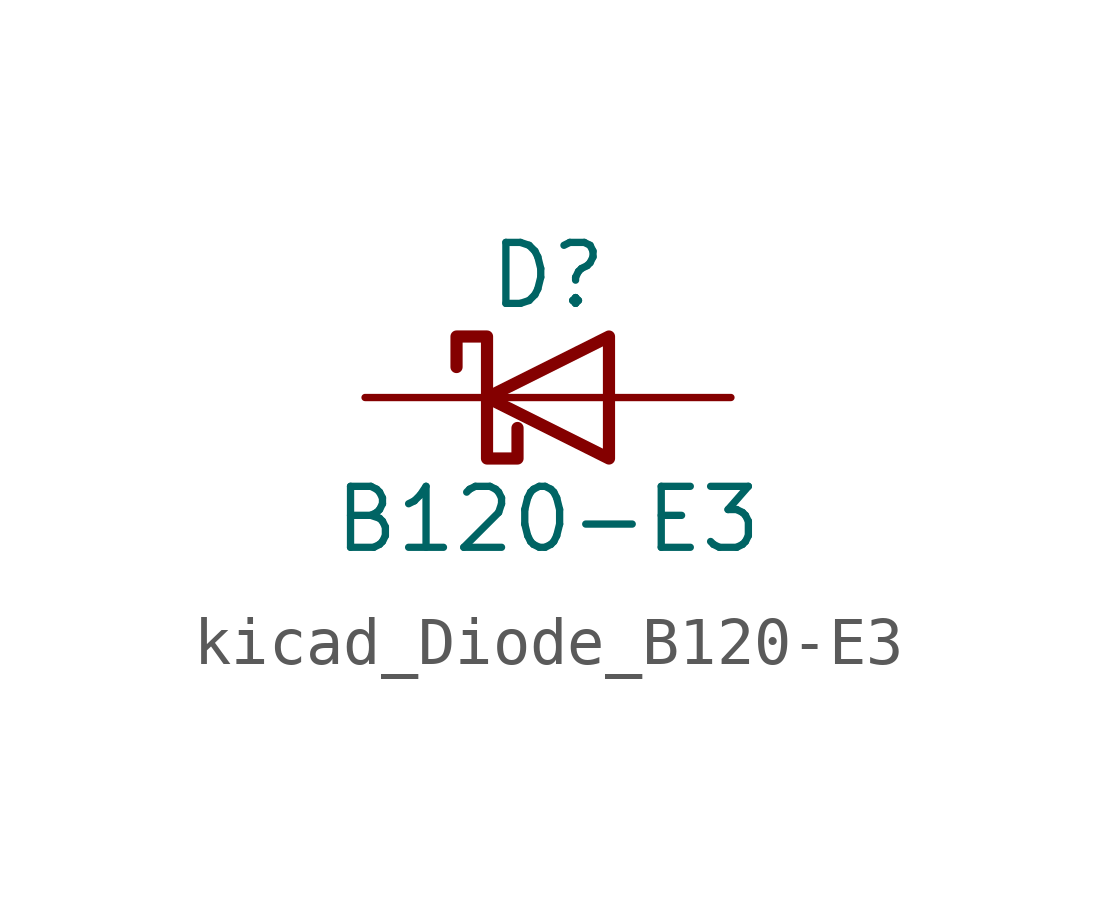
<source format=kicad_sym>
(kicad_symbol_lib
  (version 20220914)
  (generator kicad_symbol_editor)
  (symbol "kicad_Diode_B120-E3"
    (pin_numbers hide)
    (pin_names hide)
    (property "Reference" "D"
      (at 0 2.54 0)
      (effects (font (size 1.27 1.27))))
    (property "Value" "B120-E3"
      (at 0 -2.54 0)
      (effects (font (size 1.27 1.27))))
    (symbol "kicad_Diode_B120-E3_0_1"
      (polyline (pts (xy 1.27 0) (xy -1.27 0)) (stroke (width 0) (type default)) (fill (type none)))
      (polyline (pts (xy 1.27 1.27) (xy 1.27 -1.27) (xy -1.27 0) (xy 1.27 1.27)) (stroke (width 0.254) (type default)) (fill (type none)))
      (polyline (pts (xy -1.905 0.635) (xy -1.905 1.27) (xy -1.27 1.27) (xy -1.27 -1.27) (xy -0.635 -1.27) (xy -0.635 -0.635)) (stroke (width 0.254) (type default)) (fill (type none))))
    (symbol "kicad_Diode_B120-E3_1_1"
      (pin passive line (at -3.81 0 0) (length 2.54) (name "K" (effects (font (size 1.27 1.27)))) (number "1" (effects (font (size 1.27 1.27)))))
      (pin passive line (at 3.81 0 180) (length 2.54) (name "A" (effects (font (size 1.27 1.27)))) (number "2" (effects (font (size 1.27 1.27))))))))
</source>
